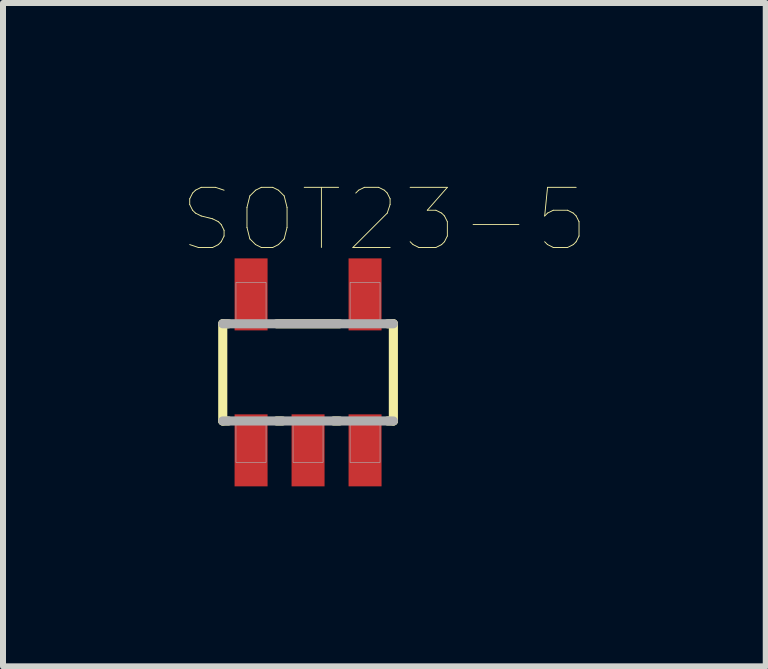
<source format=kicad_pcb>
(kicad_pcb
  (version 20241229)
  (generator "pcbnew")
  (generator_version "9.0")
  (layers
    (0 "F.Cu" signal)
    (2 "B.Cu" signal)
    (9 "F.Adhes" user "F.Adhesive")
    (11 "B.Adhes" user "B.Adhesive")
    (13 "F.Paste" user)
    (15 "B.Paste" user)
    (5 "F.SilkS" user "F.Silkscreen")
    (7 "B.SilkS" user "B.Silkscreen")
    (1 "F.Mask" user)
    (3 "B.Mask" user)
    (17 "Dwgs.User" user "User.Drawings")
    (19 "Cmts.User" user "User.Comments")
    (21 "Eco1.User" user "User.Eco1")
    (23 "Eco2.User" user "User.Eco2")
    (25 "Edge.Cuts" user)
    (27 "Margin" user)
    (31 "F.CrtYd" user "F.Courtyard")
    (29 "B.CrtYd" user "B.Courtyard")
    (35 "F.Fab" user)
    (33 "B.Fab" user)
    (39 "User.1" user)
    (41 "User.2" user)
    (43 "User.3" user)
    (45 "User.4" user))
  (footprint "SOT23-5"
    (layer "F.Cu")
    (at 2.085 3.157)
    (property "Reference" "SOT23-5" (at 1.272 -2.545 0) (layer "F.SilkS") (effects (font (size 1.002 1.002) (thickness 0.015))))
    (attr through_hole)
    (fp_line (start -1.422 -0.81) (end -1.328 -0.81) (stroke (width 0.152) (type solid)) (layer "F.SilkS"))
    (fp_line (start -1.422 0.81) (end -1.422 -0.81) (stroke (width 0.152) (type solid)) (layer "F.SilkS"))
    (fp_line (start -1.328 0.81) (end -1.422 0.81) (stroke (width 0.152) (type solid)) (layer "F.SilkS"))
    (fp_line (start -0.522 -0.81) (end 0.522 -0.81) (stroke (width 0.152) (type solid)) (layer "F.SilkS"))
    (fp_line (start -0.428 0.81) (end -0.522 0.81) (stroke (width 0.152) (type solid)) (layer "F.SilkS"))
    (fp_line (start 0.522 0.81) (end 0.428 0.81) (stroke (width 0.152) (type solid)) (layer "F.SilkS"))
    (fp_line (start 1.328 -0.81) (end 1.422 -0.81) (stroke (width 0.152) (type solid)) (layer "F.SilkS"))
    (fp_line (start 1.422 -0.81) (end 1.422 0.81) (stroke (width 0.152) (type solid)) (layer "F.SilkS"))
    (fp_line (start 1.422 0.81) (end 1.328 0.81) (stroke (width 0.152) (type solid)) (layer "F.SilkS"))
    (fp_line (start -1.422 -0.81) (end 1.422 -0.81) (stroke (width 0.152) (type solid)) (layer "F.Fab"))
    (fp_line (start 1.422 0.81) (end -1.422 0.81) (stroke (width 0.152) (type solid)) (layer "F.Fab"))
    (fp_poly (pts (xy -1.202 -1.5) (xy -0.7 -1.5) (xy -0.7 -0.851) (xy -1.202 -0.851)) (stroke (width 0.01) (type solid)) (fill no) (layer "F.Fab"))
    (fp_poly (pts (xy -1.202 0.85) (xy -0.7 0.85) (xy -0.7 1.502) (xy -1.202 1.502)) (stroke (width 0.01) (type solid)) (fill no) (layer "F.Fab"))
    (fp_poly (pts (xy -0.25 0.85) (xy 0.25 0.85) (xy 0.25 1.501) (xy -0.25 1.501)) (stroke (width 0.01) (type solid)) (fill no) (layer "F.Fab"))
    (fp_poly (pts (xy 0.701 0.85) (xy 1.2 0.85) (xy 1.2 1.502) (xy 0.701 1.502)) (stroke (width 0.01) (type solid)) (fill no) (layer "F.Fab"))
    (fp_poly (pts (xy 0.701 -1.5) (xy 1.2 -1.5) (xy 1.2 -0.851) (xy 0.701 -0.851)) (stroke (width 0.01) (type solid)) (fill no) (layer "F.Fab"))
    (pad "1" smd rect (at -0.95 1.3) (size 0.55 1.2) (layers "F.Cu" "F.Mask" "F.Paste"))
    (pad "2" smd rect (at 0 1.3) (size 0.55 1.2) (layers "F.Cu" "F.Mask" "F.Paste"))
    (pad "3" smd rect (at 0.95 1.3) (size 0.55 1.2) (layers "F.Cu" "F.Mask" "F.Paste"))
    (pad "4" smd rect (at 0.95 -1.3) (size 0.55 1.2) (layers "F.Cu" "F.Mask" "F.Paste"))
    (pad "5" smd rect (at -0.95 -1.3) (size 0.55 1.2) (layers "F.Cu" "F.Mask" "F.Paste")))
  (gr_rect
    (start -3 -3)
    (end 9.714 8.057)
    (stroke (width 0.1) (type default))
    (fill no)
    (layer "Edge.Cuts")))
</source>
